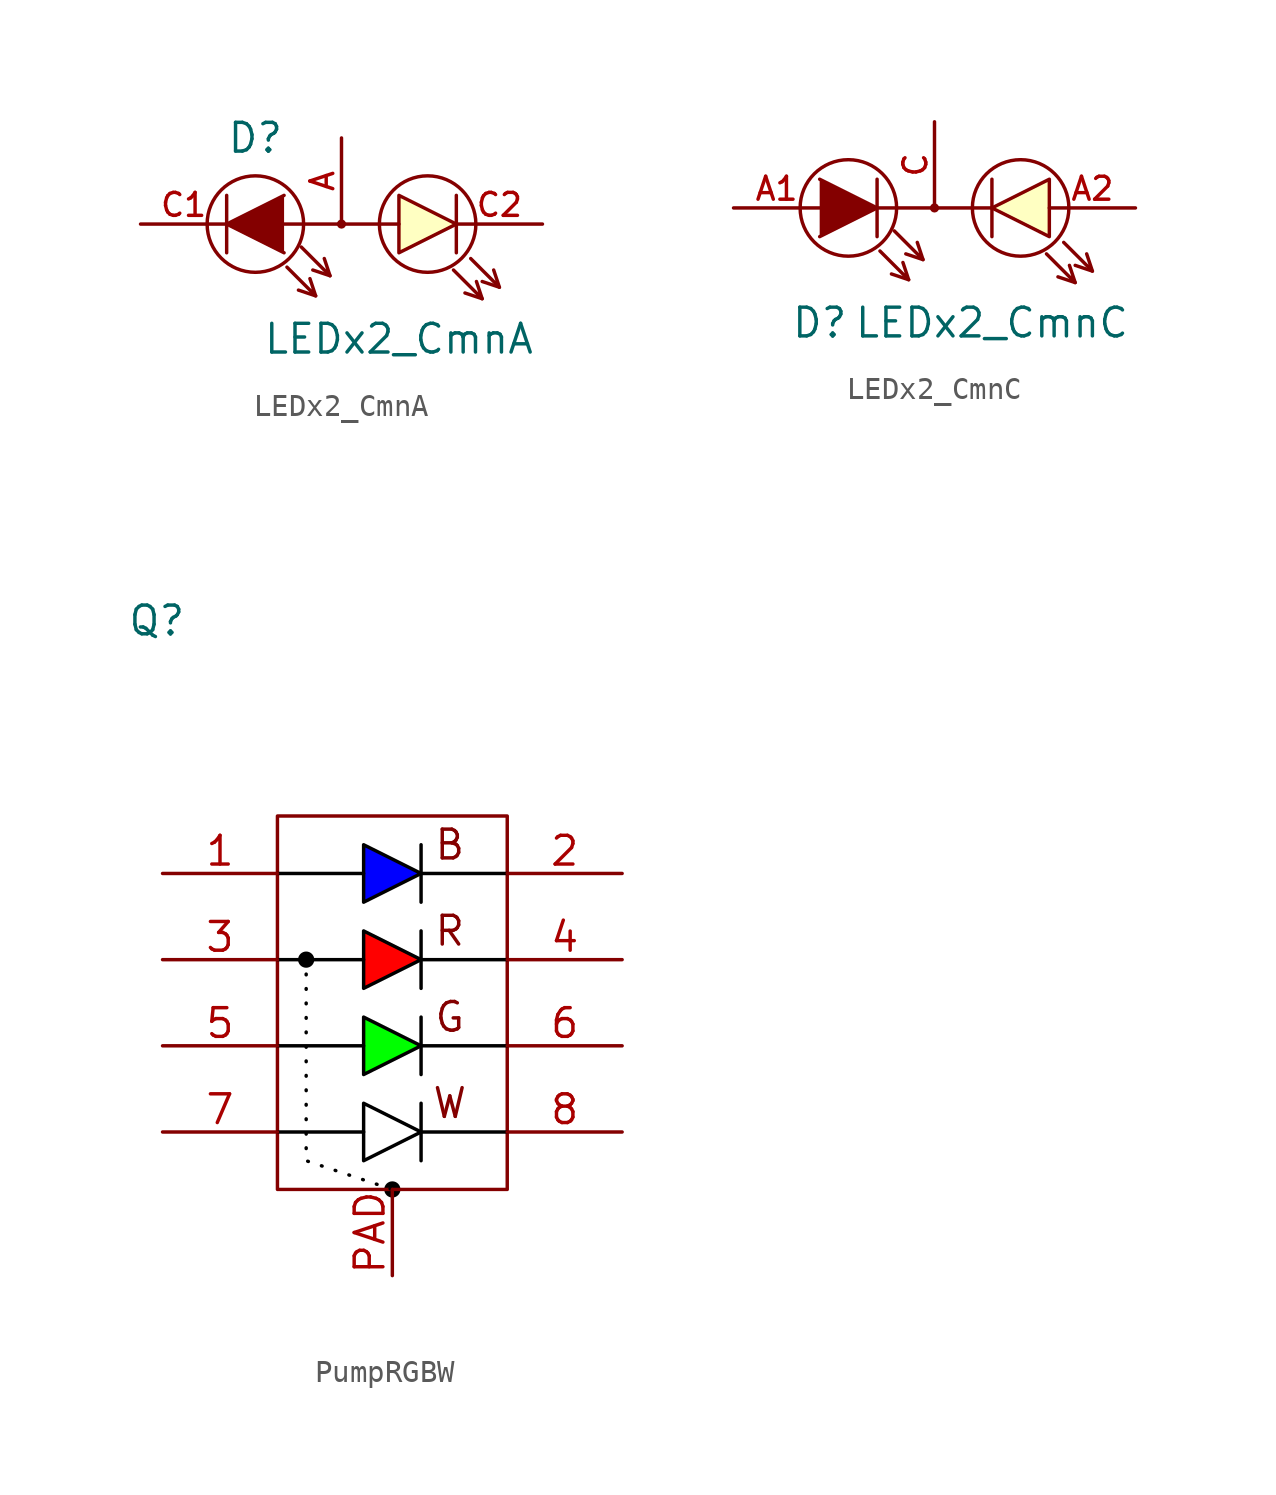
<source format=kicad_sym>
(kicad_symbol_lib
  (version 20231120)
  (generator "kicad_symbol_editor")
  (generator_version "8.0")
  (symbol "LEDx2_CmnA"
    (pin_names
      (offset 1.016) hide)
    (property "Reference" "D"
      (at -3.81 3.81 0)
      (effects (font (size 1.27 1.27))))
    (property "Value" "LEDx2_CmnA"
      (at 2.54 -5.08 0)
      (effects (font (size 1.27 1.27))))
    (property "Footprint" ""
      (at 0 0 0)
      (effects (font (size 1.524 1.524))))
    (property "Datasheet" ""
      (at 0 0 0)
      (effects (font (size 1.524 1.524))))
    (symbol "LEDx2_CmnA_0_1"
      (circle (center -3.81 0) (radius 2.134) (stroke (width 0) (type default)) (fill (type none)))
      (polyline (pts (xy -5.08 1.27) (xy -5.08 -1.27)) (stroke (width 0) (type default)) (fill (type none)))
      (polyline (pts (xy -1.143 -3.175) (xy -1.905 -2.921)) (stroke (width 0) (type default)) (fill (type none)))
      (polyline (pts (xy -0.508 -2.286) (xy -1.27 -2.032)) (stroke (width 0) (type default)) (fill (type none)))
      (polyline (pts (xy 5.08 1.27) (xy 5.08 -1.27)) (stroke (width 0) (type default)) (fill (type none)))
      (polyline (pts (xy 6.223 -3.302) (xy 5.461 -3.048)) (stroke (width 0) (type default)) (fill (type none)))
      (polyline (pts (xy 6.985 -2.794) (xy 6.223 -2.54)) (stroke (width 0) (type default)) (fill (type none)))
      (polyline (pts (xy -2.54 0) (xy 2.54 0) (xy 2.54 0)) (stroke (width 0) (type default)) (fill (type background)))
      (polyline (pts (xy -2.54 1.27) (xy -5.08 0) (xy -2.54 -1.27)) (stroke (width 0) (type default)) (fill (type outline)))
      (polyline (pts (xy -2.413 -1.905) (xy -1.143 -3.175) (xy -1.397 -2.413) (xy -1.397 -2.413)) (stroke (width 0) (type default)) (fill (type none)))
      (polyline (pts (xy -1.778 -1.016) (xy -0.508 -2.286) (xy -0.762 -1.524) (xy -0.762 -1.524)) (stroke (width 0) (type default)) (fill (type none)))
      (polyline (pts (xy 4.953 -2.032) (xy 6.223 -3.302) (xy 5.969 -2.54) (xy 5.969 -2.54)) (stroke (width 0) (type default)) (fill (type none)))
      (polyline (pts (xy 5.715 -1.524) (xy 6.985 -2.794) (xy 6.731 -2.032) (xy 6.731 -2.032)) (stroke (width 0) (type default)) (fill (type none)))
      (polyline (pts (xy 5.08 0) (xy 2.54 1.27) (xy 2.54 -1.27) (xy 5.08 0) (xy 5.08 0)) (stroke (width 0) (type default)) (fill (type background)))
      (circle (center 0 0) (radius 0.127) (stroke (width 0) (type default)) (fill (type background)))
      (circle (center 3.81 0) (radius 2.134) (stroke (width 0) (type default)) (fill (type none))))
    (symbol "LEDx2_CmnA_1_1"
      (pin passive line (at 0 3.81 270) (length 3.81) (name "A" (effects (font (size 1.016 1.016)))) (number "A" (effects (font (size 1.016 1.016)))))
      (pin passive line (at -8.89 0 0) (length 3.81) (name "C1" (effects (font (size 1.016 1.016)))) (number "C1" (effects (font (size 1.016 1.016)))))
      (pin passive line (at 8.89 0 180) (length 3.81) (name "C2" (effects (font (size 1.016 1.016)))) (number "C2" (effects (font (size 1.016 1.016)))))))
  (symbol "LEDx2_CmnC"
    (pin_names
      (offset 1.016) hide)
    (property "Reference" "D"
      (at -5.08 -5.08 0)
      (effects (font (size 1.27 1.27))))
    (property "Value" "LEDx2_CmnC"
      (at 2.54 -5.08 0)
      (effects (font (size 1.27 1.27))))
    (property "Footprint" ""
      (at 0 0 0)
      (effects (font (size 1.524 1.524))))
    (property "Datasheet" ""
      (at 0 0 0)
      (effects (font (size 1.524 1.524))))
    (symbol "LEDx2_CmnC_0_1"
      (circle (center -3.81 0) (radius 2.134) (stroke (width 0) (type default)) (fill (type none)))
      (polyline (pts (xy -2.54 1.27) (xy -2.54 -1.27)) (stroke (width 0) (type default)) (fill (type none)))
      (polyline (pts (xy -1.143 -3.175) (xy -1.905 -2.921)) (stroke (width 0) (type default)) (fill (type none)))
      (polyline (pts (xy -0.508 -2.286) (xy -1.27 -2.032)) (stroke (width 0) (type default)) (fill (type none)))
      (polyline (pts (xy 2.54 1.27) (xy 2.54 -1.27)) (stroke (width 0) (type default)) (fill (type none)))
      (polyline (pts (xy 6.223 -3.302) (xy 5.461 -3.048)) (stroke (width 0) (type default)) (fill (type none)))
      (polyline (pts (xy 6.985 -2.794) (xy 6.223 -2.54)) (stroke (width 0) (type default)) (fill (type none)))
      (polyline (pts (xy -5.08 1.27) (xy -2.54 0) (xy -5.08 -1.27)) (stroke (width 0) (type default)) (fill (type outline)))
      (polyline (pts (xy -2.54 0) (xy 2.54 0) (xy 2.54 0)) (stroke (width 0) (type default)) (fill (type background)))
      (polyline (pts (xy -2.413 -1.905) (xy -1.143 -3.175) (xy -1.397 -2.413) (xy -1.397 -2.413)) (stroke (width 0) (type default)) (fill (type none)))
      (polyline (pts (xy -1.778 -1.016) (xy -0.508 -2.286) (xy -0.762 -1.524) (xy -0.762 -1.524)) (stroke (width 0) (type default)) (fill (type none)))
      (polyline (pts (xy 4.953 -2.032) (xy 6.223 -3.302) (xy 5.969 -2.54) (xy 5.969 -2.54)) (stroke (width 0) (type default)) (fill (type none)))
      (polyline (pts (xy 5.715 -1.524) (xy 6.985 -2.794) (xy 6.731 -2.032) (xy 6.731 -2.032)) (stroke (width 0) (type default)) (fill (type none)))
      (polyline (pts (xy 2.54 0) (xy 5.08 1.27) (xy 5.08 -1.27) (xy 2.54 0) (xy 2.54 0)) (stroke (width 0) (type default)) (fill (type background)))
      (circle (center 0 0) (radius 0.127) (stroke (width 0) (type default)) (fill (type background)))
      (circle (center 3.81 0) (radius 2.134) (stroke (width 0) (type default)) (fill (type none))))
    (symbol "LEDx2_CmnC_1_1"
      (pin passive line (at -8.89 0 0) (length 3.81) (name "A1" (effects (font (size 1.016 1.016)))) (number "A1" (effects (font (size 1.016 1.016)))))
      (pin passive line (at 8.89 0 180) (length 3.81) (name "A2" (effects (font (size 1.016 1.016)))) (number "A2" (effects (font (size 1.016 1.016)))))
      (pin passive line (at 0 3.81 270) (length 3.81) (name "C" (effects (font (size 1.016 1.016)))) (number "C" (effects (font (size 1.016 1.016)))))))
  (symbol "PumpRGBW"
    (property "Reference" "Q"
      (at -9.144 17.526 0)
      (effects (font (size 1.27 1.27))))
    (property "Value" ""
      (at 0 0 0)
      (effects (font (size 1.27 1.27))))
    (symbol "PumpRGBW_0_0"
      (text "B" (at 3.81 7.62 0) (effects (font (size 1.27 1.27))))
      (text "G" (at 3.81 0 0) (effects (font (size 1.27 1.27))))
      (text "R" (at 3.81 3.81 0) (effects (font (size 1.27 1.27))))
      (text "W" (at 3.81 -3.81 0) (effects (font (size 1.27 1.27)))))
    (symbol "PumpRGBW_0_1"
      (rectangle (start -3.81 8.89) (end 6.35 -7.62) (stroke (width 0) (type default)) (fill (type none)))
      (circle (center -2.54 2.54) (radius 0.359) (stroke (width -0.0001) (type default)) (fill (type color) (color 0 0 0 1)))
      (polyline (pts (xy -3.81 -5.08) (xy 0 -5.08) (xy 0 -5.08)) (stroke (width 0) (type default) (color 0 0 0 1)) (fill (type none)))
      (polyline (pts (xy -3.81 -1.27) (xy 0 -1.27) (xy 0 -1.27)) (stroke (width 0) (type default) (color 0 0 0 1)) (fill (type none)))
      (polyline (pts (xy -3.81 2.54) (xy 0 2.54) (xy 0 2.54)) (stroke (width 0) (type default) (color 0 0 0 1)) (fill (type none)))
      (polyline (pts (xy -3.81 6.35) (xy 0 6.35) (xy 0 6.35)) (stroke (width 0) (type default) (color 0 0 0 1)) (fill (type none)))
      (polyline (pts (xy -2.54 2.54) (xy -2.54 -6.35) (xy 1.27 -7.62)) (stroke (width 0) (type dot) (color 0 0 0 1)) (fill (type none)))
      (polyline (pts (xy 2.54 -5.08) (xy 6.35 -5.08) (xy 6.35 -5.08)) (stroke (width 0) (type default) (color 0 0 0 1)) (fill (type none)))
      (polyline (pts (xy 2.54 -3.81) (xy 2.54 -6.35) (xy 2.54 -6.35)) (stroke (width 0) (type default) (color 0 0 0 1)) (fill (type none)))
      (polyline (pts (xy 2.54 -1.27) (xy 6.35 -1.27) (xy 6.35 -1.27)) (stroke (width 0) (type default) (color 0 0 0 1)) (fill (type none)))
      (polyline (pts (xy 2.54 0) (xy 2.54 -2.54) (xy 2.54 -2.54)) (stroke (width 0) (type default) (color 0 0 0 1)) (fill (type none)))
      (polyline (pts (xy 2.54 2.54) (xy 6.35 2.54) (xy 6.35 2.54)) (stroke (width 0) (type default) (color 0 0 0 1)) (fill (type none)))
      (polyline (pts (xy 2.54 3.81) (xy 2.54 1.27) (xy 2.54 1.27)) (stroke (width 0) (type default) (color 0 0 0 1)) (fill (type none)))
      (polyline (pts (xy 2.54 6.35) (xy 6.35 6.35) (xy 6.35 6.35)) (stroke (width 0) (type default) (color 0 0 0 1)) (fill (type none)))
      (polyline (pts (xy 2.54 7.62) (xy 2.54 5.08) (xy 2.54 5.08)) (stroke (width 0) (type default) (color 0 0 0 1)) (fill (type none)))
      (polyline (pts (xy 0 -3.81) (xy 0 -6.35) (xy 2.54 -5.08) (xy 0 -3.81) (xy 0 -3.81)) (stroke (width 0) (type default) (color 0 0 0 1)) (fill (type color) (color 255 255 255 1)))
      (polyline (pts (xy 0 0) (xy 0 -2.54) (xy 2.54 -1.27) (xy 0 0) (xy 0 0)) (stroke (width 0) (type default) (color 0 0 0 1)) (fill (type color) (color 0 255 0 1)))
      (polyline (pts (xy 0 3.81) (xy 0 1.27) (xy 2.54 2.54) (xy 0 3.81) (xy 0 3.81)) (stroke (width 0) (type default) (color 0 0 0 1)) (fill (type color) (color 255 0 0 1)))
      (polyline (pts (xy 0 7.62) (xy 0 5.08) (xy 2.54 6.35) (xy 0 7.62) (xy 0 7.62)) (stroke (width 0) (type default) (color 0 0 0 1)) (fill (type color) (color 0 0 255 1)))
      (circle (center 1.27 -7.62) (radius 0.359) (stroke (width -0.0001) (type default)) (fill (type color) (color 0 0 0 1))))
    (symbol "PumpRGBW_1_1"
      (pin passive line (at -8.89 6.35 0) (length 5.08) (name "~" (effects (font (size 1.27 1.27)))) (number "1" (effects (font (size 1.27 1.27)))))
      (pin passive line (at 11.43 6.35 180) (length 5.08) (name "~" (effects (font (size 1.27 1.27)))) (number "2" (effects (font (size 1.27 1.27)))))
      (pin passive line (at -8.89 2.54 0) (length 5.08) (name "~" (effects (font (size 1.27 1.27)))) (number "3" (effects (font (size 1.27 1.27)))))
      (pin passive line (at 11.43 2.54 180) (length 5.08) (name "~" (effects (font (size 1.27 1.27)))) (number "4" (effects (font (size 1.27 1.27)))))
      (pin passive line (at -8.89 -1.27 0) (length 5.08) (name "~" (effects (font (size 1.27 1.27)))) (number "5" (effects (font (size 1.27 1.27)))))
      (pin passive line (at 11.43 -1.27 180) (length 5.08) (name "~" (effects (font (size 1.27 1.27)))) (number "6" (effects (font (size 1.27 1.27)))))
      (pin passive line (at -8.89 -5.08 0) (length 5.08) (name "~" (effects (font (size 1.27 1.27)))) (number "7" (effects (font (size 1.27 1.27)))))
      (pin passive line (at 11.43 -5.08 180) (length 5.08) (name "~" (effects (font (size 1.27 1.27)))) (number "8" (effects (font (size 1.27 1.27)))))
      (pin passive line (at 1.27 -11.43 90) (length 3.81) (name "~" (effects (font (size 1.27 1.27)))) (number "PAD" (effects (font (size 1.27 1.27))))))))
</source>
